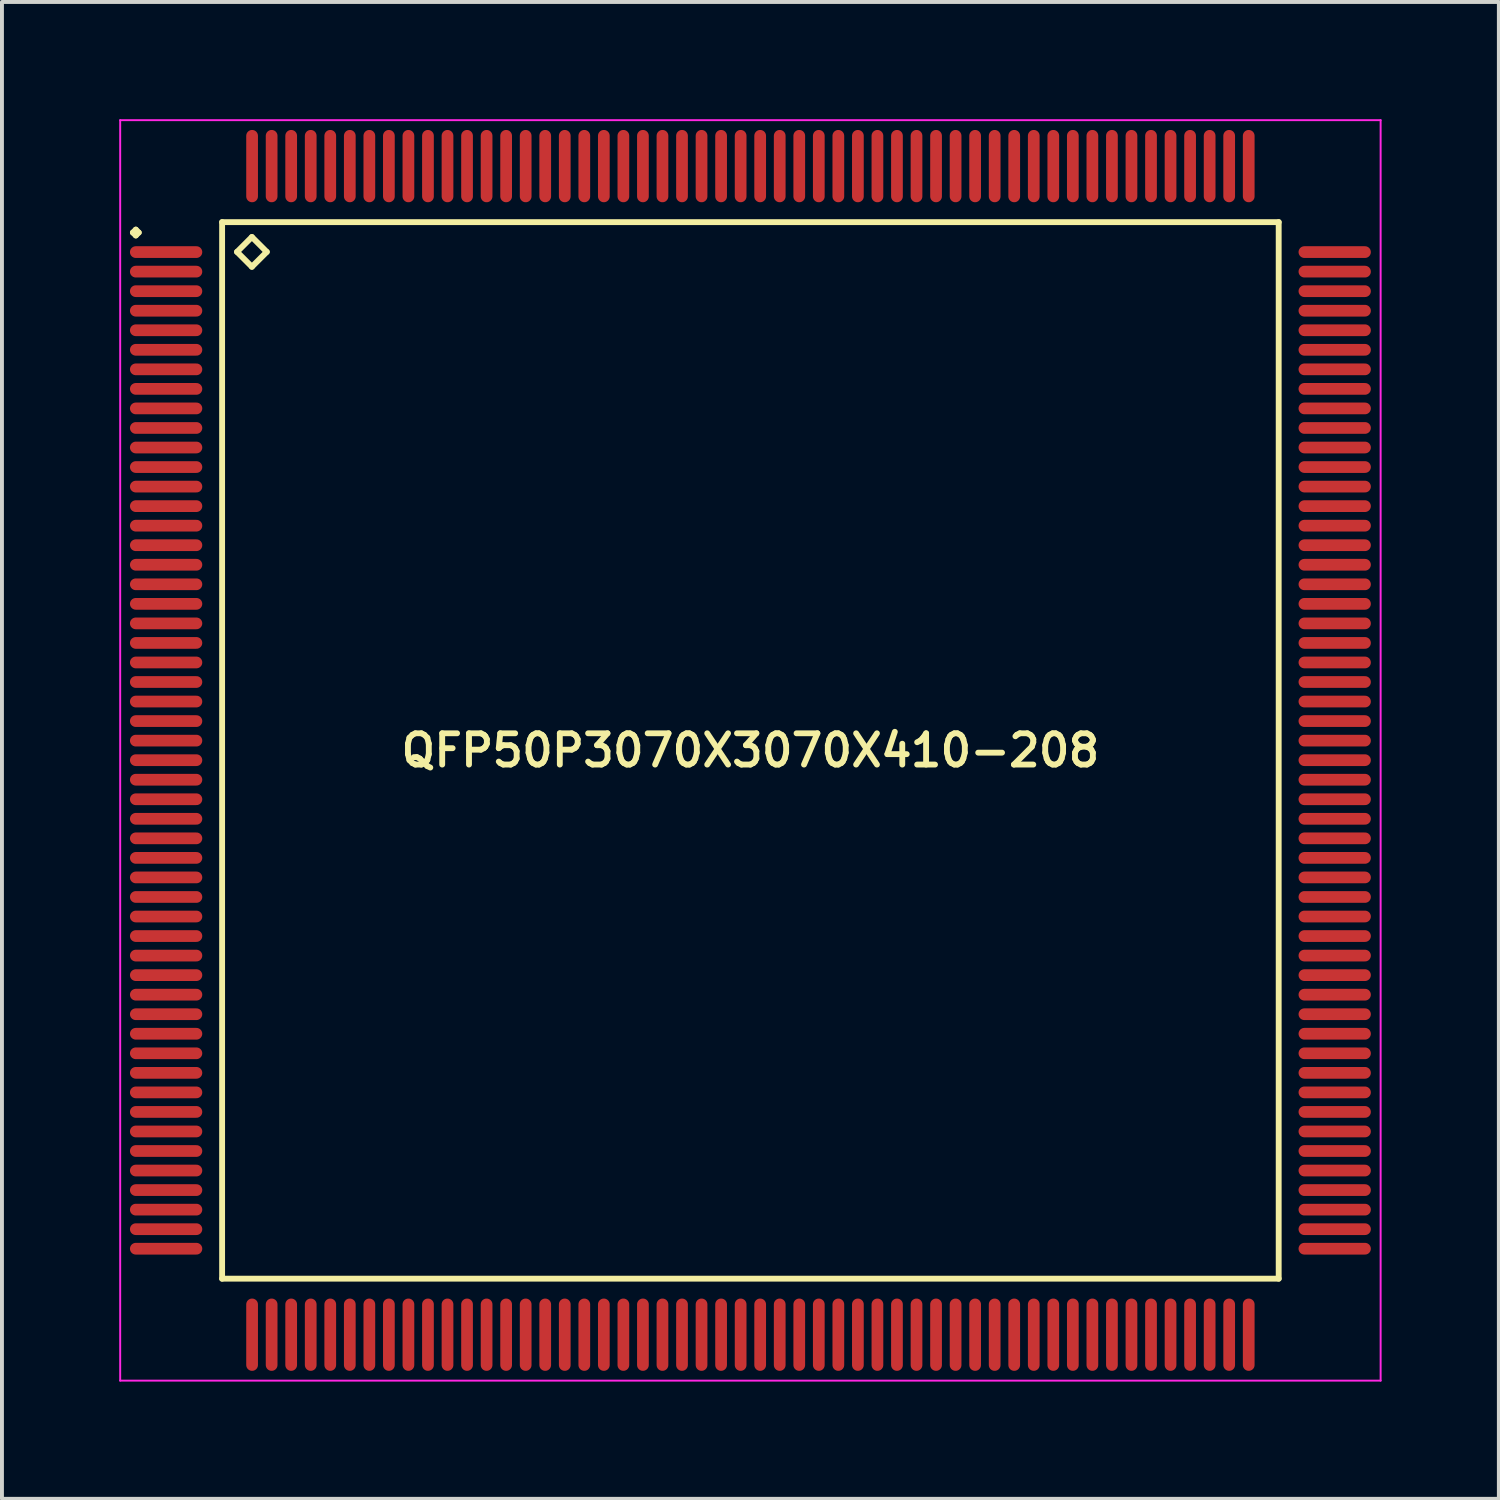
<source format=kicad_pcb>
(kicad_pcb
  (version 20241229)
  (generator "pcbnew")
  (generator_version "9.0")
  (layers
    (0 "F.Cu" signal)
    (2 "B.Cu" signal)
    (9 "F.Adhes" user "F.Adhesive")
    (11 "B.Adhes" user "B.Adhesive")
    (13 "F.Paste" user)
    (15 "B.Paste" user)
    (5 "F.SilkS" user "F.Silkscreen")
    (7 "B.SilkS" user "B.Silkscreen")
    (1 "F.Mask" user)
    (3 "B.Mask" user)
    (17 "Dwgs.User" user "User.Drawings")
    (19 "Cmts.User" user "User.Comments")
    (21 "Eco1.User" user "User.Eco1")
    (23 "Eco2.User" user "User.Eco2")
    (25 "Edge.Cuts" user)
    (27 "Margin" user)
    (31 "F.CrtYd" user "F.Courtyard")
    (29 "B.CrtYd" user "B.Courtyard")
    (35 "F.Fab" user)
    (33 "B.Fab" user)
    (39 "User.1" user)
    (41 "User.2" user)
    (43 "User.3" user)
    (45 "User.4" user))
  (footprint "QFP50P3070X3070X410-208"
    (layer "F.Cu")
    (at 16.15 16.15)
    (property "Reference" "QFP50P3070X3070X410-208" (at 0 0 0) (layer "F.SilkS") (effects (font (size 0.8 0.8) (thickness 0.15))))
    (attr smd)
    (fp_line (start -15.8 -13.25) (end -15.725 -13.325) (stroke (width 0.15) (type solid)) (layer "F.SilkS"))
    (fp_line (start -15.725 -13.325) (end -15.65 -13.25) (stroke (width 0.15) (type solid)) (layer "F.SilkS"))
    (fp_line (start -15.725 -13.175) (end -15.8 -13.25) (stroke (width 0.15) (type solid)) (layer "F.SilkS"))
    (fp_line (start -15.65 -13.25) (end -15.725 -13.175) (stroke (width 0.15) (type solid)) (layer "F.SilkS"))
    (fp_line (start -13.517 -13.517) (end -13.517 13.517) (stroke (width 0.15) (type solid)) (layer "F.SilkS"))
    (fp_line (start -13.517 13.517) (end 13.517 13.517) (stroke (width 0.15) (type solid)) (layer "F.SilkS"))
    (fp_line (start -13.136 -12.755) (end -12.755 -13.136) (stroke (width 0.15) (type solid)) (layer "F.SilkS"))
    (fp_line (start -12.755 -13.136) (end -12.374 -12.755) (stroke (width 0.15) (type solid)) (layer "F.SilkS"))
    (fp_line (start -12.755 -12.374) (end -13.136 -12.755) (stroke (width 0.15) (type solid)) (layer "F.SilkS"))
    (fp_line (start -12.374 -12.755) (end -12.755 -12.374) (stroke (width 0.15) (type solid)) (layer "F.SilkS"))
    (fp_line (start 13.517 -13.517) (end -13.517 -13.517) (stroke (width 0.15) (type solid)) (layer "F.SilkS"))
    (fp_line (start 13.517 13.517) (end 13.517 -13.517) (stroke (width 0.15) (type solid)) (layer "F.SilkS"))
    (fp_line (start -16.125 -16.125) (end 16.125 -16.125) (stroke (width 0.05) (type solid)) (layer "F.CrtYd"))
    (fp_line (start -16.125 16.125) (end -16.125 -16.125) (stroke (width 0.05) (type solid)) (layer "F.CrtYd"))
    (fp_line (start 16.125 -16.125) (end 16.125 16.125) (stroke (width 0.05) (type solid)) (layer "F.CrtYd"))
    (fp_line (start 16.125 16.125) (end -16.125 16.125) (stroke (width 0.05) (type solid)) (layer "F.CrtYd"))
    (pad "1" smd oval (at -14.95 -12.75) (size 1.85 0.3) (layers "F.Cu" "F.Mask" "F.Paste"))
    (pad "2" smd oval (at -14.95 -12.25) (size 1.85 0.3) (layers "F.Cu" "F.Mask" "F.Paste"))
    (pad "3" smd oval (at -14.95 -11.75) (size 1.85 0.3) (layers "F.Cu" "F.Mask" "F.Paste"))
    (pad "4" smd oval (at -14.95 -11.25) (size 1.85 0.3) (layers "F.Cu" "F.Mask" "F.Paste"))
    (pad "5" smd oval (at -14.95 -10.75) (size 1.85 0.3) (layers "F.Cu" "F.Mask" "F.Paste"))
    (pad "6" smd oval (at -14.95 -10.25) (size 1.85 0.3) (layers "F.Cu" "F.Mask" "F.Paste"))
    (pad "7" smd oval (at -14.95 -9.75) (size 1.85 0.3) (layers "F.Cu" "F.Mask" "F.Paste"))
    (pad "8" smd oval (at -14.95 -9.25) (size 1.85 0.3) (layers "F.Cu" "F.Mask" "F.Paste"))
    (pad "9" smd oval (at -14.95 -8.75) (size 1.85 0.3) (layers "F.Cu" "F.Mask" "F.Paste"))
    (pad "10" smd oval (at -14.95 -8.25) (size 1.85 0.3) (layers "F.Cu" "F.Mask" "F.Paste"))
    (pad "11" smd oval (at -14.95 -7.75) (size 1.85 0.3) (layers "F.Cu" "F.Mask" "F.Paste"))
    (pad "12" smd oval (at -14.95 -7.25) (size 1.85 0.3) (layers "F.Cu" "F.Mask" "F.Paste"))
    (pad "13" smd oval (at -14.95 -6.75) (size 1.85 0.3) (layers "F.Cu" "F.Mask" "F.Paste"))
    (pad "14" smd oval (at -14.95 -6.25) (size 1.85 0.3) (layers "F.Cu" "F.Mask" "F.Paste"))
    (pad "15" smd oval (at -14.95 -5.75) (size 1.85 0.3) (layers "F.Cu" "F.Mask" "F.Paste"))
    (pad "16" smd oval (at -14.95 -5.25) (size 1.85 0.3) (layers "F.Cu" "F.Mask" "F.Paste"))
    (pad "17" smd oval (at -14.95 -4.75) (size 1.85 0.3) (layers "F.Cu" "F.Mask" "F.Paste"))
    (pad "18" smd oval (at -14.95 -4.25) (size 1.85 0.3) (layers "F.Cu" "F.Mask" "F.Paste"))
    (pad "19" smd oval (at -14.95 -3.75) (size 1.85 0.3) (layers "F.Cu" "F.Mask" "F.Paste"))
    (pad "20" smd oval (at -14.95 -3.25) (size 1.85 0.3) (layers "F.Cu" "F.Mask" "F.Paste"))
    (pad "21" smd oval (at -14.95 -2.75) (size 1.85 0.3) (layers "F.Cu" "F.Mask" "F.Paste"))
    (pad "22" smd oval (at -14.95 -2.25) (size 1.85 0.3) (layers "F.Cu" "F.Mask" "F.Paste"))
    (pad "23" smd oval (at -14.95 -1.75) (size 1.85 0.3) (layers "F.Cu" "F.Mask" "F.Paste"))
    (pad "24" smd oval (at -14.95 -1.25) (size 1.85 0.3) (layers "F.Cu" "F.Mask" "F.Paste"))
    (pad "25" smd oval (at -14.95 -0.75) (size 1.85 0.3) (layers "F.Cu" "F.Mask" "F.Paste"))
    (pad "26" smd oval (at -14.95 -0.25) (size 1.85 0.3) (layers "F.Cu" "F.Mask" "F.Paste"))
    (pad "27" smd oval (at -14.95 0.25) (size 1.85 0.3) (layers "F.Cu" "F.Mask" "F.Paste"))
    (pad "28" smd oval (at -14.95 0.75) (size 1.85 0.3) (layers "F.Cu" "F.Mask" "F.Paste"))
    (pad "29" smd oval (at -14.95 1.25) (size 1.85 0.3) (layers "F.Cu" "F.Mask" "F.Paste"))
    (pad "30" smd oval (at -14.95 1.75) (size 1.85 0.3) (layers "F.Cu" "F.Mask" "F.Paste"))
    (pad "31" smd oval (at -14.95 2.25) (size 1.85 0.3) (layers "F.Cu" "F.Mask" "F.Paste"))
    (pad "32" smd oval (at -14.95 2.75) (size 1.85 0.3) (layers "F.Cu" "F.Mask" "F.Paste"))
    (pad "33" smd oval (at -14.95 3.25) (size 1.85 0.3) (layers "F.Cu" "F.Mask" "F.Paste"))
    (pad "34" smd oval (at -14.95 3.75) (size 1.85 0.3) (layers "F.Cu" "F.Mask" "F.Paste"))
    (pad "35" smd oval (at -14.95 4.25) (size 1.85 0.3) (layers "F.Cu" "F.Mask" "F.Paste"))
    (pad "36" smd oval (at -14.95 4.75) (size 1.85 0.3) (layers "F.Cu" "F.Mask" "F.Paste"))
    (pad "37" smd oval (at -14.95 5.25) (size 1.85 0.3) (layers "F.Cu" "F.Mask" "F.Paste"))
    (pad "38" smd oval (at -14.95 5.75) (size 1.85 0.3) (layers "F.Cu" "F.Mask" "F.Paste"))
    (pad "39" smd oval (at -14.95 6.25) (size 1.85 0.3) (layers "F.Cu" "F.Mask" "F.Paste"))
    (pad "40" smd oval (at -14.95 6.75) (size 1.85 0.3) (layers "F.Cu" "F.Mask" "F.Paste"))
    (pad "41" smd oval (at -14.95 7.25) (size 1.85 0.3) (layers "F.Cu" "F.Mask" "F.Paste"))
    (pad "42" smd oval (at -14.95 7.75) (size 1.85 0.3) (layers "F.Cu" "F.Mask" "F.Paste"))
    (pad "43" smd oval (at -14.95 8.25) (size 1.85 0.3) (layers "F.Cu" "F.Mask" "F.Paste"))
    (pad "44" smd oval (at -14.95 8.75) (size 1.85 0.3) (layers "F.Cu" "F.Mask" "F.Paste"))
    (pad "45" smd oval (at -14.95 9.25) (size 1.85 0.3) (layers "F.Cu" "F.Mask" "F.Paste"))
    (pad "46" smd oval (at -14.95 9.75) (size 1.85 0.3) (layers "F.Cu" "F.Mask" "F.Paste"))
    (pad "47" smd oval (at -14.95 10.25) (size 1.85 0.3) (layers "F.Cu" "F.Mask" "F.Paste"))
    (pad "48" smd oval (at -14.95 10.75) (size 1.85 0.3) (layers "F.Cu" "F.Mask" "F.Paste"))
    (pad "49" smd oval (at -14.95 11.25) (size 1.85 0.3) (layers "F.Cu" "F.Mask" "F.Paste"))
    (pad "50" smd oval (at -14.95 11.75) (size 1.85 0.3) (layers "F.Cu" "F.Mask" "F.Paste"))
    (pad "51" smd oval (at -14.95 12.25) (size 1.85 0.3) (layers "F.Cu" "F.Mask" "F.Paste"))
    (pad "52" smd oval (at -14.95 12.75) (size 1.85 0.3) (layers "F.Cu" "F.Mask" "F.Paste"))
    (pad "53" smd oval (at -12.75 14.95) (size 0.3 1.85) (layers "F.Cu" "F.Mask" "F.Paste"))
    (pad "54" smd oval (at -12.25 14.95) (size 0.3 1.85) (layers "F.Cu" "F.Mask" "F.Paste"))
    (pad "55" smd oval (at -11.75 14.95) (size 0.3 1.85) (layers "F.Cu" "F.Mask" "F.Paste"))
    (pad "56" smd oval (at -11.25 14.95) (size 0.3 1.85) (layers "F.Cu" "F.Mask" "F.Paste"))
    (pad "57" smd oval (at -10.75 14.95) (size 0.3 1.85) (layers "F.Cu" "F.Mask" "F.Paste"))
    (pad "58" smd oval (at -10.25 14.95) (size 0.3 1.85) (layers "F.Cu" "F.Mask" "F.Paste"))
    (pad "59" smd oval (at -9.75 14.95) (size 0.3 1.85) (layers "F.Cu" "F.Mask" "F.Paste"))
    (pad "60" smd oval (at -9.25 14.95) (size 0.3 1.85) (layers "F.Cu" "F.Mask" "F.Paste"))
    (pad "61" smd oval (at -8.75 14.95) (size 0.3 1.85) (layers "F.Cu" "F.Mask" "F.Paste"))
    (pad "62" smd oval (at -8.25 14.95) (size 0.3 1.85) (layers "F.Cu" "F.Mask" "F.Paste"))
    (pad "63" smd oval (at -7.75 14.95) (size 0.3 1.85) (layers "F.Cu" "F.Mask" "F.Paste"))
    (pad "64" smd oval (at -7.25 14.95) (size 0.3 1.85) (layers "F.Cu" "F.Mask" "F.Paste"))
    (pad "65" smd oval (at -6.75 14.95) (size 0.3 1.85) (layers "F.Cu" "F.Mask" "F.Paste"))
    (pad "66" smd oval (at -6.25 14.95) (size 0.3 1.85) (layers "F.Cu" "F.Mask" "F.Paste"))
    (pad "67" smd oval (at -5.75 14.95) (size 0.3 1.85) (layers "F.Cu" "F.Mask" "F.Paste"))
    (pad "68" smd oval (at -5.25 14.95) (size 0.3 1.85) (layers "F.Cu" "F.Mask" "F.Paste"))
    (pad "69" smd oval (at -4.75 14.95) (size 0.3 1.85) (layers "F.Cu" "F.Mask" "F.Paste"))
    (pad "70" smd oval (at -4.25 14.95) (size 0.3 1.85) (layers "F.Cu" "F.Mask" "F.Paste"))
    (pad "71" smd oval (at -3.75 14.95) (size 0.3 1.85) (layers "F.Cu" "F.Mask" "F.Paste"))
    (pad "72" smd oval (at -3.25 14.95) (size 0.3 1.85) (layers "F.Cu" "F.Mask" "F.Paste"))
    (pad "73" smd oval (at -2.75 14.95) (size 0.3 1.85) (layers "F.Cu" "F.Mask" "F.Paste"))
    (pad "74" smd oval (at -2.25 14.95) (size 0.3 1.85) (layers "F.Cu" "F.Mask" "F.Paste"))
    (pad "75" smd oval (at -1.75 14.95) (size 0.3 1.85) (layers "F.Cu" "F.Mask" "F.Paste"))
    (pad "76" smd oval (at -1.25 14.95) (size 0.3 1.85) (layers "F.Cu" "F.Mask" "F.Paste"))
    (pad "77" smd oval (at -0.75 14.95) (size 0.3 1.85) (layers "F.Cu" "F.Mask" "F.Paste"))
    (pad "78" smd oval (at -0.25 14.95) (size 0.3 1.85) (layers "F.Cu" "F.Mask" "F.Paste"))
    (pad "79" smd oval (at 0.25 14.95) (size 0.3 1.85) (layers "F.Cu" "F.Mask" "F.Paste"))
    (pad "80" smd oval (at 0.75 14.95) (size 0.3 1.85) (layers "F.Cu" "F.Mask" "F.Paste"))
    (pad "81" smd oval (at 1.25 14.95) (size 0.3 1.85) (layers "F.Cu" "F.Mask" "F.Paste"))
    (pad "82" smd oval (at 1.75 14.95) (size 0.3 1.85) (layers "F.Cu" "F.Mask" "F.Paste"))
    (pad "83" smd oval (at 2.25 14.95) (size 0.3 1.85) (layers "F.Cu" "F.Mask" "F.Paste"))
    (pad "84" smd oval (at 2.75 14.95) (size 0.3 1.85) (layers "F.Cu" "F.Mask" "F.Paste"))
    (pad "85" smd oval (at 3.25 14.95) (size 0.3 1.85) (layers "F.Cu" "F.Mask" "F.Paste"))
    (pad "86" smd oval (at 3.75 14.95) (size 0.3 1.85) (layers "F.Cu" "F.Mask" "F.Paste"))
    (pad "87" smd oval (at 4.25 14.95) (size 0.3 1.85) (layers "F.Cu" "F.Mask" "F.Paste"))
    (pad "88" smd oval (at 4.75 14.95) (size 0.3 1.85) (layers "F.Cu" "F.Mask" "F.Paste"))
    (pad "89" smd oval (at 5.25 14.95) (size 0.3 1.85) (layers "F.Cu" "F.Mask" "F.Paste"))
    (pad "90" smd oval (at 5.75 14.95) (size 0.3 1.85) (layers "F.Cu" "F.Mask" "F.Paste"))
    (pad "91" smd oval (at 6.25 14.95) (size 0.3 1.85) (layers "F.Cu" "F.Mask" "F.Paste"))
    (pad "92" smd oval (at 6.75 14.95) (size 0.3 1.85) (layers "F.Cu" "F.Mask" "F.Paste"))
    (pad "93" smd oval (at 7.25 14.95) (size 0.3 1.85) (layers "F.Cu" "F.Mask" "F.Paste"))
    (pad "94" smd oval (at 7.75 14.95) (size 0.3 1.85) (layers "F.Cu" "F.Mask" "F.Paste"))
    (pad "95" smd oval (at 8.25 14.95) (size 0.3 1.85) (layers "F.Cu" "F.Mask" "F.Paste"))
    (pad "96" smd oval (at 8.75 14.95) (size 0.3 1.85) (layers "F.Cu" "F.Mask" "F.Paste"))
    (pad "97" smd oval (at 9.25 14.95) (size 0.3 1.85) (layers "F.Cu" "F.Mask" "F.Paste"))
    (pad "98" smd oval (at 9.75 14.95) (size 0.3 1.85) (layers "F.Cu" "F.Mask" "F.Paste"))
    (pad "99" smd oval (at 10.25 14.95) (size 0.3 1.85) (layers "F.Cu" "F.Mask" "F.Paste"))
    (pad "100" smd oval (at 10.75 14.95) (size 0.3 1.85) (layers "F.Cu" "F.Mask" "F.Paste"))
    (pad "101" smd oval (at 11.25 14.95) (size 0.3 1.85) (layers "F.Cu" "F.Mask" "F.Paste"))
    (pad "102" smd oval (at 11.75 14.95) (size 0.3 1.85) (layers "F.Cu" "F.Mask" "F.Paste"))
    (pad "103" smd oval (at 12.25 14.95) (size 0.3 1.85) (layers "F.Cu" "F.Mask" "F.Paste"))
    (pad "104" smd oval (at 12.75 14.95) (size 0.3 1.85) (layers "F.Cu" "F.Mask" "F.Paste"))
    (pad "105" smd oval (at 14.95 12.75) (size 1.85 0.3) (layers "F.Cu" "F.Mask" "F.Paste"))
    (pad "106" smd oval (at 14.95 12.25) (size 1.85 0.3) (layers "F.Cu" "F.Mask" "F.Paste"))
    (pad "107" smd oval (at 14.95 11.75) (size 1.85 0.3) (layers "F.Cu" "F.Mask" "F.Paste"))
    (pad "108" smd oval (at 14.95 11.25) (size 1.85 0.3) (layers "F.Cu" "F.Mask" "F.Paste"))
    (pad "109" smd oval (at 14.95 10.75) (size 1.85 0.3) (layers "F.Cu" "F.Mask" "F.Paste"))
    (pad "110" smd oval (at 14.95 10.25) (size 1.85 0.3) (layers "F.Cu" "F.Mask" "F.Paste"))
    (pad "111" smd oval (at 14.95 9.75) (size 1.85 0.3) (layers "F.Cu" "F.Mask" "F.Paste"))
    (pad "112" smd oval (at 14.95 9.25) (size 1.85 0.3) (layers "F.Cu" "F.Mask" "F.Paste"))
    (pad "113" smd oval (at 14.95 8.75) (size 1.85 0.3) (layers "F.Cu" "F.Mask" "F.Paste"))
    (pad "114" smd oval (at 14.95 8.25) (size 1.85 0.3) (layers "F.Cu" "F.Mask" "F.Paste"))
    (pad "115" smd oval (at 14.95 7.75) (size 1.85 0.3) (layers "F.Cu" "F.Mask" "F.Paste"))
    (pad "116" smd oval (at 14.95 7.25) (size 1.85 0.3) (layers "F.Cu" "F.Mask" "F.Paste"))
    (pad "117" smd oval (at 14.95 6.75) (size 1.85 0.3) (layers "F.Cu" "F.Mask" "F.Paste"))
    (pad "118" smd oval (at 14.95 6.25) (size 1.85 0.3) (layers "F.Cu" "F.Mask" "F.Paste"))
    (pad "119" smd oval (at 14.95 5.75) (size 1.85 0.3) (layers "F.Cu" "F.Mask" "F.Paste"))
    (pad "120" smd oval (at 14.95 5.25) (size 1.85 0.3) (layers "F.Cu" "F.Mask" "F.Paste"))
    (pad "121" smd oval (at 14.95 4.75) (size 1.85 0.3) (layers "F.Cu" "F.Mask" "F.Paste"))
    (pad "122" smd oval (at 14.95 4.25) (size 1.85 0.3) (layers "F.Cu" "F.Mask" "F.Paste"))
    (pad "123" smd oval (at 14.95 3.75) (size 1.85 0.3) (layers "F.Cu" "F.Mask" "F.Paste"))
    (pad "124" smd oval (at 14.95 3.25) (size 1.85 0.3) (layers "F.Cu" "F.Mask" "F.Paste"))
    (pad "125" smd oval (at 14.95 2.75) (size 1.85 0.3) (layers "F.Cu" "F.Mask" "F.Paste"))
    (pad "126" smd oval (at 14.95 2.25) (size 1.85 0.3) (layers "F.Cu" "F.Mask" "F.Paste"))
    (pad "127" smd oval (at 14.95 1.75) (size 1.85 0.3) (layers "F.Cu" "F.Mask" "F.Paste"))
    (pad "128" smd oval (at 14.95 1.25) (size 1.85 0.3) (layers "F.Cu" "F.Mask" "F.Paste"))
    (pad "129" smd oval (at 14.95 0.75) (size 1.85 0.3) (layers "F.Cu" "F.Mask" "F.Paste"))
    (pad "130" smd oval (at 14.95 0.25) (size 1.85 0.3) (layers "F.Cu" "F.Mask" "F.Paste"))
    (pad "131" smd oval (at 14.95 -0.25) (size 1.85 0.3) (layers "F.Cu" "F.Mask" "F.Paste"))
    (pad "132" smd oval (at 14.95 -0.75) (size 1.85 0.3) (layers "F.Cu" "F.Mask" "F.Paste"))
    (pad "133" smd oval (at 14.95 -1.25) (size 1.85 0.3) (layers "F.Cu" "F.Mask" "F.Paste"))
    (pad "134" smd oval (at 14.95 -1.75) (size 1.85 0.3) (layers "F.Cu" "F.Mask" "F.Paste"))
    (pad "135" smd oval (at 14.95 -2.25) (size 1.85 0.3) (layers "F.Cu" "F.Mask" "F.Paste"))
    (pad "136" smd oval (at 14.95 -2.75) (size 1.85 0.3) (layers "F.Cu" "F.Mask" "F.Paste"))
    (pad "137" smd oval (at 14.95 -3.25) (size 1.85 0.3) (layers "F.Cu" "F.Mask" "F.Paste"))
    (pad "138" smd oval (at 14.95 -3.75) (size 1.85 0.3) (layers "F.Cu" "F.Mask" "F.Paste"))
    (pad "139" smd oval (at 14.95 -4.25) (size 1.85 0.3) (layers "F.Cu" "F.Mask" "F.Paste"))
    (pad "140" smd oval (at 14.95 -4.75) (size 1.85 0.3) (layers "F.Cu" "F.Mask" "F.Paste"))
    (pad "141" smd oval (at 14.95 -5.25) (size 1.85 0.3) (layers "F.Cu" "F.Mask" "F.Paste"))
    (pad "142" smd oval (at 14.95 -5.75) (size 1.85 0.3) (layers "F.Cu" "F.Mask" "F.Paste"))
    (pad "143" smd oval (at 14.95 -6.25) (size 1.85 0.3) (layers "F.Cu" "F.Mask" "F.Paste"))
    (pad "144" smd oval (at 14.95 -6.75) (size 1.85 0.3) (layers "F.Cu" "F.Mask" "F.Paste"))
    (pad "145" smd oval (at 14.95 -7.25) (size 1.85 0.3) (layers "F.Cu" "F.Mask" "F.Paste"))
    (pad "146" smd oval (at 14.95 -7.75) (size 1.85 0.3) (layers "F.Cu" "F.Mask" "F.Paste"))
    (pad "147" smd oval (at 14.95 -8.25) (size 1.85 0.3) (layers "F.Cu" "F.Mask" "F.Paste"))
    (pad "148" smd oval (at 14.95 -8.75) (size 1.85 0.3) (layers "F.Cu" "F.Mask" "F.Paste"))
    (pad "149" smd oval (at 14.95 -9.25) (size 1.85 0.3) (layers "F.Cu" "F.Mask" "F.Paste"))
    (pad "150" smd oval (at 14.95 -9.75) (size 1.85 0.3) (layers "F.Cu" "F.Mask" "F.Paste"))
    (pad "151" smd oval (at 14.95 -10.25) (size 1.85 0.3) (layers "F.Cu" "F.Mask" "F.Paste"))
    (pad "152" smd oval (at 14.95 -10.75) (size 1.85 0.3) (layers "F.Cu" "F.Mask" "F.Paste"))
    (pad "153" smd oval (at 14.95 -11.25) (size 1.85 0.3) (layers "F.Cu" "F.Mask" "F.Paste"))
    (pad "154" smd oval (at 14.95 -11.75) (size 1.85 0.3) (layers "F.Cu" "F.Mask" "F.Paste"))
    (pad "155" smd oval (at 14.95 -12.25) (size 1.85 0.3) (layers "F.Cu" "F.Mask" "F.Paste"))
    (pad "156" smd oval (at 14.95 -12.75) (size 1.85 0.3) (layers "F.Cu" "F.Mask" "F.Paste"))
    (pad "157" smd oval (at 12.75 -14.95) (size 0.3 1.85) (layers "F.Cu" "F.Mask" "F.Paste"))
    (pad "158" smd oval (at 12.25 -14.95) (size 0.3 1.85) (layers "F.Cu" "F.Mask" "F.Paste"))
    (pad "159" smd oval (at 11.75 -14.95) (size 0.3 1.85) (layers "F.Cu" "F.Mask" "F.Paste"))
    (pad "160" smd oval (at 11.25 -14.95) (size 0.3 1.85) (layers "F.Cu" "F.Mask" "F.Paste"))
    (pad "161" smd oval (at 10.75 -14.95) (size 0.3 1.85) (layers "F.Cu" "F.Mask" "F.Paste"))
    (pad "162" smd oval (at 10.25 -14.95) (size 0.3 1.85) (layers "F.Cu" "F.Mask" "F.Paste"))
    (pad "163" smd oval (at 9.75 -14.95) (size 0.3 1.85) (layers "F.Cu" "F.Mask" "F.Paste"))
    (pad "164" smd oval (at 9.25 -14.95) (size 0.3 1.85) (layers "F.Cu" "F.Mask" "F.Paste"))
    (pad "165" smd oval (at 8.75 -14.95) (size 0.3 1.85) (layers "F.Cu" "F.Mask" "F.Paste"))
    (pad "166" smd oval (at 8.25 -14.95) (size 0.3 1.85) (layers "F.Cu" "F.Mask" "F.Paste"))
    (pad "167" smd oval (at 7.75 -14.95) (size 0.3 1.85) (layers "F.Cu" "F.Mask" "F.Paste"))
    (pad "168" smd oval (at 7.25 -14.95) (size 0.3 1.85) (layers "F.Cu" "F.Mask" "F.Paste"))
    (pad "169" smd oval (at 6.75 -14.95) (size 0.3 1.85) (layers "F.Cu" "F.Mask" "F.Paste"))
    (pad "170" smd oval (at 6.25 -14.95) (size 0.3 1.85) (layers "F.Cu" "F.Mask" "F.Paste"))
    (pad "171" smd oval (at 5.75 -14.95) (size 0.3 1.85) (layers "F.Cu" "F.Mask" "F.Paste"))
    (pad "172" smd oval (at 5.25 -14.95) (size 0.3 1.85) (layers "F.Cu" "F.Mask" "F.Paste"))
    (pad "173" smd oval (at 4.75 -14.95) (size 0.3 1.85) (layers "F.Cu" "F.Mask" "F.Paste"))
    (pad "174" smd oval (at 4.25 -14.95) (size 0.3 1.85) (layers "F.Cu" "F.Mask" "F.Paste"))
    (pad "175" smd oval (at 3.75 -14.95) (size 0.3 1.85) (layers "F.Cu" "F.Mask" "F.Paste"))
    (pad "176" smd oval (at 3.25 -14.95) (size 0.3 1.85) (layers "F.Cu" "F.Mask" "F.Paste"))
    (pad "177" smd oval (at 2.75 -14.95) (size 0.3 1.85) (layers "F.Cu" "F.Mask" "F.Paste"))
    (pad "178" smd oval (at 2.25 -14.95) (size 0.3 1.85) (layers "F.Cu" "F.Mask" "F.Paste"))
    (pad "179" smd oval (at 1.75 -14.95) (size 0.3 1.85) (layers "F.Cu" "F.Mask" "F.Paste"))
    (pad "180" smd oval (at 1.25 -14.95) (size 0.3 1.85) (layers "F.Cu" "F.Mask" "F.Paste"))
    (pad "181" smd oval (at 0.75 -14.95) (size 0.3 1.85) (layers "F.Cu" "F.Mask" "F.Paste"))
    (pad "182" smd oval (at 0.25 -14.95) (size 0.3 1.85) (layers "F.Cu" "F.Mask" "F.Paste"))
    (pad "183" smd oval (at -0.25 -14.95) (size 0.3 1.85) (layers "F.Cu" "F.Mask" "F.Paste"))
    (pad "184" smd oval (at -0.75 -14.95) (size 0.3 1.85) (layers "F.Cu" "F.Mask" "F.Paste"))
    (pad "185" smd oval (at -1.25 -14.95) (size 0.3 1.85) (layers "F.Cu" "F.Mask" "F.Paste"))
    (pad "186" smd oval (at -1.75 -14.95) (size 0.3 1.85) (layers "F.Cu" "F.Mask" "F.Paste"))
    (pad "187" smd oval (at -2.25 -14.95) (size 0.3 1.85) (layers "F.Cu" "F.Mask" "F.Paste"))
    (pad "188" smd oval (at -2.75 -14.95) (size 0.3 1.85) (layers "F.Cu" "F.Mask" "F.Paste"))
    (pad "189" smd oval (at -3.25 -14.95) (size 0.3 1.85) (layers "F.Cu" "F.Mask" "F.Paste"))
    (pad "190" smd oval (at -3.75 -14.95) (size 0.3 1.85) (layers "F.Cu" "F.Mask" "F.Paste"))
    (pad "191" smd oval (at -4.25 -14.95) (size 0.3 1.85) (layers "F.Cu" "F.Mask" "F.Paste"))
    (pad "192" smd oval (at -4.75 -14.95) (size 0.3 1.85) (layers "F.Cu" "F.Mask" "F.Paste"))
    (pad "193" smd oval (at -5.25 -14.95) (size 0.3 1.85) (layers "F.Cu" "F.Mask" "F.Paste"))
    (pad "194" smd oval (at -5.75 -14.95) (size 0.3 1.85) (layers "F.Cu" "F.Mask" "F.Paste"))
    (pad "195" smd oval (at -6.25 -14.95) (size 0.3 1.85) (layers "F.Cu" "F.Mask" "F.Paste"))
    (pad "196" smd oval (at -6.75 -14.95) (size 0.3 1.85) (layers "F.Cu" "F.Mask" "F.Paste"))
    (pad "197" smd oval (at -7.25 -14.95) (size 0.3 1.85) (layers "F.Cu" "F.Mask" "F.Paste"))
    (pad "198" smd oval (at -7.75 -14.95) (size 0.3 1.85) (layers "F.Cu" "F.Mask" "F.Paste"))
    (pad "199" smd oval (at -8.25 -14.95) (size 0.3 1.85) (layers "F.Cu" "F.Mask" "F.Paste"))
    (pad "200" smd oval (at -8.75 -14.95) (size 0.3 1.85) (layers "F.Cu" "F.Mask" "F.Paste"))
    (pad "201" smd oval (at -9.25 -14.95) (size 0.3 1.85) (layers "F.Cu" "F.Mask" "F.Paste"))
    (pad "202" smd oval (at -9.75 -14.95) (size 0.3 1.85) (layers "F.Cu" "F.Mask" "F.Paste"))
    (pad "203" smd oval (at -10.25 -14.95) (size 0.3 1.85) (layers "F.Cu" "F.Mask" "F.Paste"))
    (pad "204" smd oval (at -10.75 -14.95) (size 0.3 1.85) (layers "F.Cu" "F.Mask" "F.Paste"))
    (pad "205" smd oval (at -11.25 -14.95) (size 0.3 1.85) (layers "F.Cu" "F.Mask" "F.Paste"))
    (pad "206" smd oval (at -11.75 -14.95) (size 0.3 1.85) (layers "F.Cu" "F.Mask" "F.Paste"))
    (pad "207" smd oval (at -12.25 -14.95) (size 0.3 1.85) (layers "F.Cu" "F.Mask" "F.Paste"))
    (pad "208" smd oval (at -12.75 -14.95) (size 0.3 1.85) (layers "F.Cu" "F.Mask" "F.Paste")))
  (gr_rect
    (start -3 -3)
    (end 35.3 35.3)
    (stroke (width 0.1) (type default))
    (fill no)
    (layer "Edge.Cuts")))
</source>
